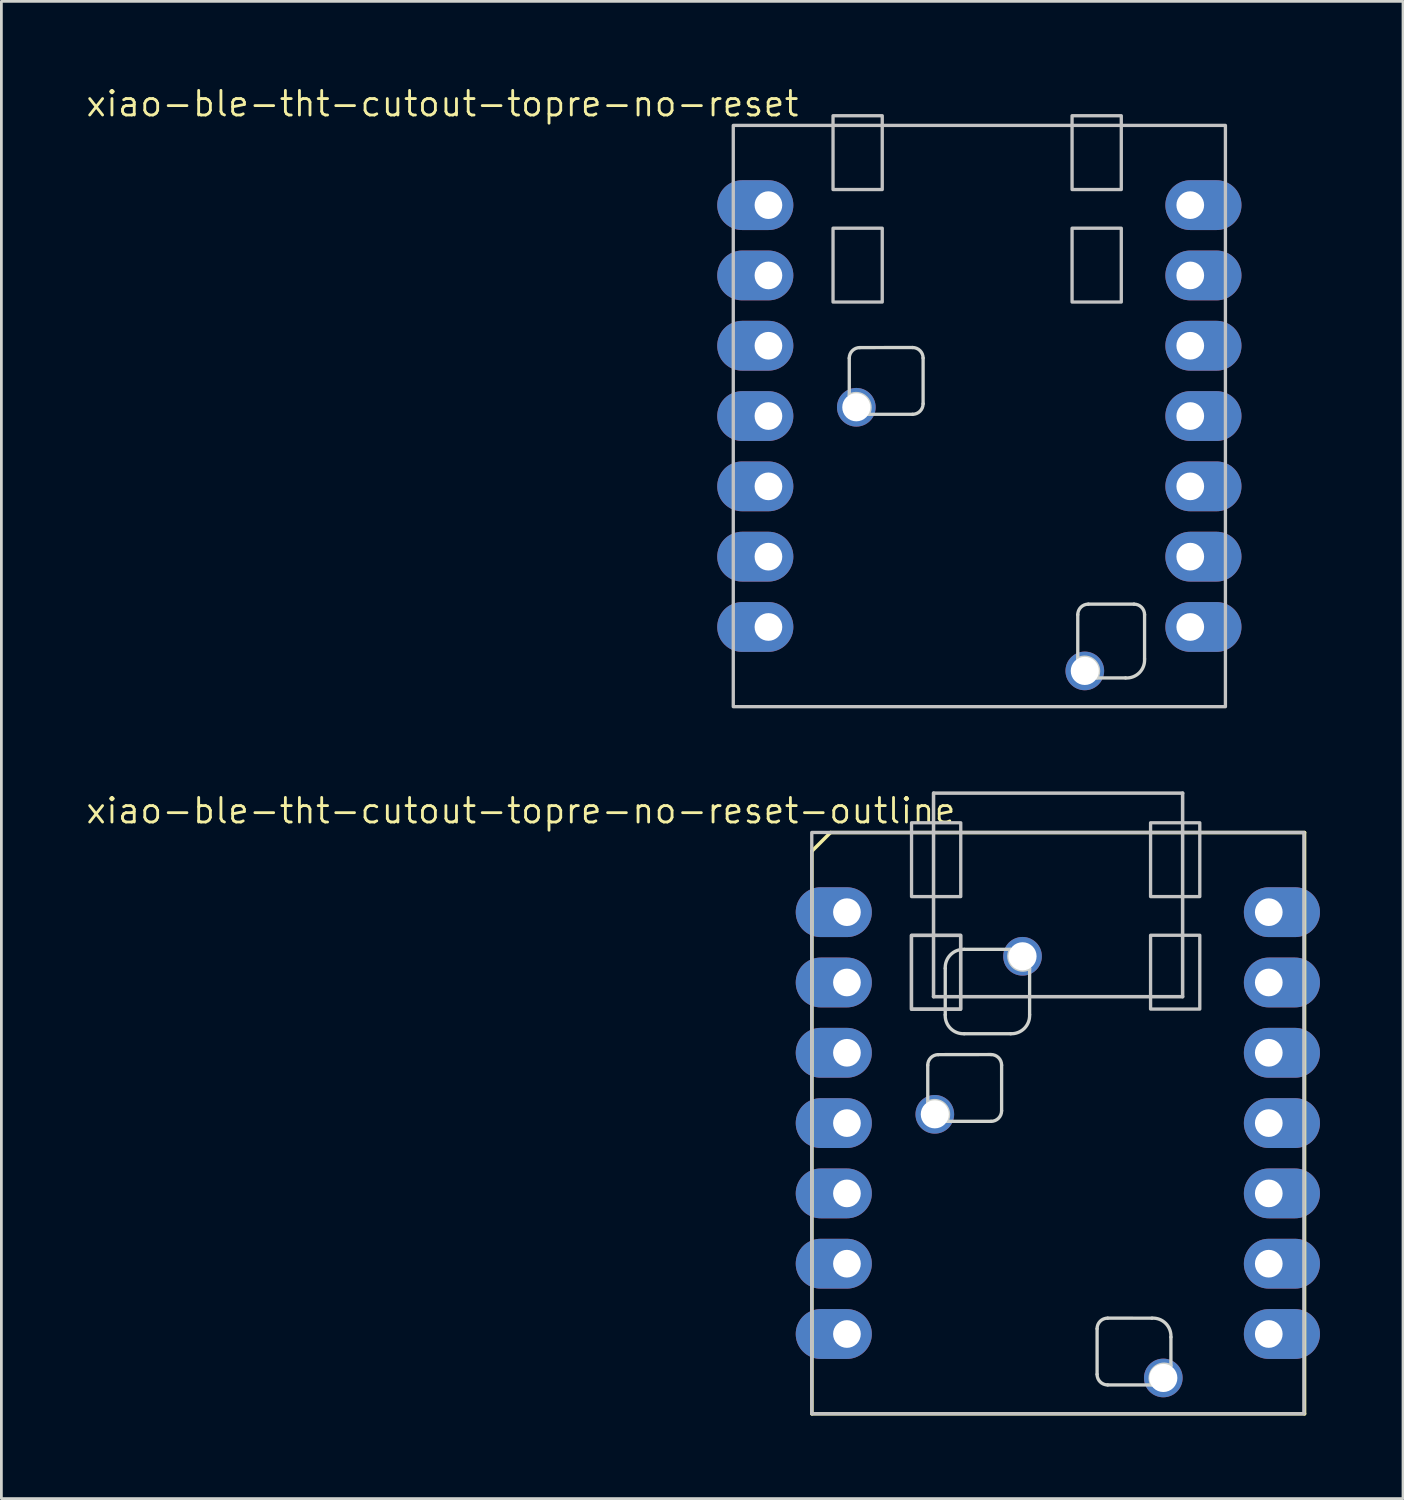
<source format=kicad_pcb>
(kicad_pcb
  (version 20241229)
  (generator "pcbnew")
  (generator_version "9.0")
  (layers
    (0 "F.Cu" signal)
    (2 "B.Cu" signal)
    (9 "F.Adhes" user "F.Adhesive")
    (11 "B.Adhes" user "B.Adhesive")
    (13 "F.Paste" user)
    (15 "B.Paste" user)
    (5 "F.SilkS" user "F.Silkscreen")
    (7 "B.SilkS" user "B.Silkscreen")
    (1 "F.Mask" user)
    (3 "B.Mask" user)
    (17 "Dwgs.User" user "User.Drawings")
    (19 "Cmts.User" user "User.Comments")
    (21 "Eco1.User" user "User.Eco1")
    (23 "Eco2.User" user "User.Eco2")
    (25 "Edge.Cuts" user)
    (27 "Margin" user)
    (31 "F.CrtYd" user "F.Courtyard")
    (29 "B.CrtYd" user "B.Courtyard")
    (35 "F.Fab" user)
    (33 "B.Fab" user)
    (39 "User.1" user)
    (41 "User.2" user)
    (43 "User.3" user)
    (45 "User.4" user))
  (footprint "xiao-ble-tht-cutout-topre-no-reset"
    (layer "F.Cu")
    (at 32.332 11.981)
    (property "Reference" "xiao-ble-tht-cutout-topre-no-reset" (at -19.399 -11.283 0) (layer "F.SilkS") (effects (font (size 0.889 0.889) (thickness 0.102))))
    (attr smd exclude_from_pos_files)
    (fp_poly (pts (xy -8.89 10.5) (xy 8.89 10.5) (xy 8.89 -10.5) (xy -8.89 -10.5)) (stroke (width 0.12) (type solid)) (fill no) (layer "Dwgs.User"))
    (fp_poly (pts (xy -5.286 -6.786) (xy -3.508 -6.786) (xy -3.508 -4.119) (xy -5.286 -4.119)) (stroke (width 0.12) (type solid)) (fill no) (layer "Dwgs.User"))
    (fp_poly (pts (xy -3.508 -8.183) (xy -5.286 -8.183) (xy -5.286 -10.85) (xy -3.508 -10.85)) (stroke (width 0.12) (type solid)) (fill no) (layer "Dwgs.User"))
    (fp_poly (pts (xy 3.35 -10.85) (xy 5.128 -10.85) (xy 5.128 -8.183) (xy 3.35 -8.183)) (stroke (width 0.12) (type solid)) (fill no) (layer "Dwgs.User"))
    (fp_poly (pts (xy 3.35 -6.786) (xy 5.128 -6.786) (xy 5.128 -4.119) (xy 3.35 -4.119)) (stroke (width 0.12) (type solid)) (fill no) (layer "Dwgs.User"))
    (fp_line (start -4.699 -0.749) (end -4.7 -2.092) (stroke (width 0.12) (type solid)) (layer "Edge.Cuts"))
    (fp_line (start -4.319 -2.473) (end -2.413 -2.476) (stroke (width 0.12) (type solid)) (layer "Edge.Cuts"))
    (fp_line (start -2.413 -0.063) (end -4.013 -0.063) (stroke (width 0.12) (type solid)) (layer "Edge.Cuts"))
    (fp_line (start -2.032 -2.095) (end -2.032 -0.444) (stroke (width 0.12) (type solid)) (layer "Edge.Cuts"))
    (fp_line (start 3.556 8.776) (end 3.556 7.176) (stroke (width 0.12) (type solid)) (layer "Edge.Cuts"))
    (fp_line (start 3.937 6.795) (end 5.588 6.795) (stroke (width 0.12) (type solid)) (layer "Edge.Cuts"))
    (fp_line (start 5.283 9.462) (end 4.242 9.462) (stroke (width 0.12) (type solid)) (layer "Edge.Cuts"))
    (fp_line (start 5.969 7.176) (end 5.969 8.776) (stroke (width 0.12) (type solid)) (layer "Edge.Cuts"))
    (fp_arc (start -4.700007 -2.091991) (mid -4.58842 -2.361413) (end -4.319003 -2.473005) (stroke (width 0.12) (type solid)) (layer "Edge.Cuts"))
    (fp_arc (start -4.699256 -0.748549) (mid -4.095637 -0.666361) (end -4.013444 -0.062743) (stroke (width 0.12) (type solid)) (layer "Edge.Cuts"))
    (fp_arc (start -2.413247 -2.475749) (mid -2.143838 -2.364156) (end -2.032255 -2.094744) (stroke (width 0.12) (type solid)) (layer "Edge.Cuts"))
    (fp_arc (start -2.032252 -0.443754) (mid -2.143842 -0.174344) (end -2.413249 -0.062748) (stroke (width 0.12) (type solid)) (layer "Edge.Cuts"))
    (fp_arc (start 3.55575 8.776448) (mid 4.159359 8.858643) (end 4.241546 9.46225) (stroke (width 0.12) (type solid)) (layer "Edge.Cuts"))
    (fp_arc (start 3.556242 7.176248) (mid 3.667834 6.906839) (end 3.93724 6.79525) (stroke (width 0.12) (type solid)) (layer "Edge.Cuts"))
    (fp_arc (start 5.588252 6.79525) (mid 5.857649 6.906863) (end 5.969245 7.176266) (stroke (width 0.12) (type solid)) (layer "Edge.Cuts"))
    (fp_arc (start 5.968749 8.776452) (mid 5.78032 9.273823) (end 5.282946 9.462247) (stroke (width 0.12) (type solid)) (layer "Edge.Cuts"))
    (pad "1" thru_hole oval (at -7.62 -7.62) (size 2.75 1.8) (drill 1 (offset -0.475 0)) (layers "*.Cu" "*.Mask"))
    (pad "2" thru_hole oval (at -7.62 -5.08) (size 2.75 1.8) (drill 1 (offset -0.475 0)) (layers "*.Cu" "*.Mask"))
    (pad "3" thru_hole oval (at -7.62 -2.54) (size 2.75 1.8) (drill 1 (offset -0.475 0)) (layers "*.Cu" "*.Mask"))
    (pad "4" thru_hole oval (at -7.62 -0.000001) (size 2.75 1.8) (drill 1 (offset -0.475 0)) (layers "*.Cu" "*.Mask"))
    (pad "5" thru_hole oval (at -7.62 2.54) (size 2.75 1.8) (drill 1 (offset -0.475 0)) (layers "*.Cu" "*.Mask"))
    (pad "6" thru_hole oval (at -7.62 5.08) (size 2.75 1.8) (drill 1 (offset -0.475 0)) (layers "*.Cu" "*.Mask"))
    (pad "7" thru_hole oval (at -7.62 7.62) (size 2.75 1.8) (drill 1 (offset -0.475 0)) (layers "*.Cu" "*.Mask"))
    (pad "8" thru_hole oval (at 7.62 7.62 180) (size 2.75 1.8) (drill 1 (offset -0.475 0)) (layers "*.Cu" "*.Mask"))
    (pad "9" thru_hole oval (at 7.62 5.08 180) (size 2.75 1.8) (drill 1 (offset -0.475 0)) (layers "*.Cu" "*.Mask"))
    (pad "10" thru_hole oval (at 7.62 2.54 180) (size 2.75 1.8) (drill 1 (offset -0.475 0)) (layers "*.Cu" "*.Mask"))
    (pad "11" thru_hole oval (at 7.62 0.000001 180) (size 2.75 1.8) (drill 1 (offset -0.475 0)) (layers "*.Cu" "*.Mask"))
    (pad "12" thru_hole oval (at 7.62 -2.54 180) (size 2.75 1.8) (drill 1 (offset -0.475 0)) (layers "*.Cu" "*.Mask"))
    (pad "13" thru_hole oval (at 7.62 -5.08 180) (size 2.75 1.8) (drill 1 (offset -0.475 0)) (layers "*.Cu" "*.Mask"))
    (pad "14" thru_hole oval (at 7.62 -7.62 180) (size 2.75 1.8) (drill 1 (offset -0.475 0)) (layers "*.Cu" "*.Mask"))
    (pad "16" thru_hole circle (at -4.445 -0.317 180) (size 1.397 1.397) (drill 1.016) (layers "*.Cu" "*.Mask"))
    (pad "17" thru_hole circle (at 3.81 9.208 180) (size 1.397 1.397) (drill 1.016) (layers "*.Cu" "*.Mask")))
  (footprint "xiao-ble-tht-cutout-topre-no-reset-outline"
    (layer "F.Cu")
    (at 35.168 37.525)
    (property "Reference" "xiao-ble-tht-cutout-topre-no-reset-outline" (at -19.399 -11.283 0) (layer "F.SilkS") (effects (font (size 0.889 0.889) (thickness 0.102))))
    (attr smd exclude_from_pos_files)
    (fp_line (start -8.885 -9.825) (end -8.885 10.503) (stroke (width 0.127) (type solid)) (layer "F.SilkS"))
    (fp_line (start -8.885 10.503) (end 8.913 10.503) (stroke (width 0.127) (type solid)) (layer "F.SilkS"))
    (fp_line (start -8.214 -10.496) (end -8.885 -9.825) (stroke (width 0.127) (type solid)) (layer "F.SilkS"))
    (fp_line (start 8.913 -10.496) (end -8.214 -10.496) (stroke (width 0.127) (type solid)) (layer "F.SilkS"))
    (fp_line (start 8.913 10.503) (end 8.913 -10.496) (stroke (width 0.127) (type solid)) (layer "F.SilkS"))
    (fp_line (start -4.491 -4.567) (end -4.491 -11.92) (stroke (width 0.127) (type solid)) (layer "Dwgs.User"))
    (fp_line (start -4.486 -11.921) (end 4.508 -11.921) (stroke (width 0.127) (type solid)) (layer "Dwgs.User"))
    (fp_line (start 4.508 -11.921) (end 4.508 -4.567) (stroke (width 0.127) (type solid)) (layer "Dwgs.User"))
    (fp_line (start 4.508 -4.567) (end -4.491 -4.567) (stroke (width 0.127) (type solid)) (layer "Dwgs.User"))
    (fp_rect (start -5.292 -6.779) (end -3.514 -4.112) (stroke (width 0.12) (type solid)) (fill no) (layer "Dwgs.User"))
    (fp_poly (pts (xy -8.89 10.5) (xy 8.89 10.5) (xy 8.89 -10.5) (xy -8.89 -10.5)) (stroke (width 0.12) (type solid)) (fill no) (layer "Dwgs.User"))
    (fp_poly (pts (xy -5.286 -6.786) (xy -3.508 -6.786) (xy -3.508 -4.119) (xy -5.286 -4.119)) (stroke (width 0.12) (type solid)) (fill no) (layer "Dwgs.User"))
    (fp_poly (pts (xy -3.508 -8.183) (xy -5.286 -8.183) (xy -5.286 -10.85) (xy -3.508 -10.85)) (stroke (width 0.12) (type solid)) (fill no) (layer "Dwgs.User"))
    (fp_poly (pts (xy 3.35 -6.786) (xy 5.128 -6.786) (xy 5.128 -4.119) (xy 3.35 -4.119)) (stroke (width 0.12) (type solid)) (fill no) (layer "Dwgs.User"))
    (fp_poly (pts (xy 3.35 -10.85) (xy 5.128 -10.85) (xy 5.128 -8.183) (xy 3.35 -8.183)) (stroke (width 0.12) (type solid)) (fill no) (layer "Dwgs.User"))
    (fp_line (start -4.699 -0.749) (end -4.7 -2.092) (stroke (width 0.12) (type solid)) (layer "Edge.Cuts"))
    (fp_line (start -4.319 -2.473) (end -2.413 -2.476) (stroke (width 0.12) (type solid)) (layer "Edge.Cuts"))
    (fp_line (start -4.068 -5.591) (end -4.068 -3.914) (stroke (width 0.12) (type solid)) (layer "Edge.Cuts"))
    (fp_line (start -2.413 -0.063) (end -4.013 -0.063) (stroke (width 0.12) (type solid)) (layer "Edge.Cuts"))
    (fp_line (start -2.032 -2.095) (end -2.032 -0.444) (stroke (width 0.12) (type solid)) (layer "Edge.Cuts"))
    (fp_line (start -1.706 -6.277) (end -3.383 -6.277) (stroke (width 0.12) (type solid)) (layer "Edge.Cuts"))
    (fp_line (start -1.706 -3.229) (end -3.383 -3.229) (stroke (width 0.12) (type solid)) (layer "Edge.Cuts"))
    (fp_line (start -1.02 -5.591) (end -1.02 -3.914) (stroke (width 0.12) (type solid)) (layer "Edge.Cuts"))
    (fp_line (start 1.418 9.079) (end 1.418 7.428) (stroke (width 0.12) (type solid)) (layer "Edge.Cuts"))
    (fp_line (start 1.799 7.047) (end 3.399 7.048) (stroke (width 0.12) (type solid)) (layer "Edge.Cuts"))
    (fp_line (start 3.399 9.461) (end 1.799 9.46) (stroke (width 0.12) (type solid)) (layer "Edge.Cuts"))
    (fp_line (start 4.085 7.733) (end 4.085 8.775) (stroke (width 0.12) (type solid)) (layer "Edge.Cuts"))
    (fp_arc (start -4.700011 -2.091984) (mid -4.588425 -2.361412) (end -4.318999 -2.473004) (stroke (width 0.12) (type solid)) (layer "Edge.Cuts"))
    (fp_arc (start -4.69926 -0.748552) (mid -4.095633 -0.666368) (end -4.013439 -0.062742) (stroke (width 0.12) (type solid)) (layer "Edge.Cuts"))
    (fp_arc (start -4.068391 -5.590809) (mid -3.87561 -6.083828) (end -3.382591 -6.276609) (stroke (width 0.12) (type default)) (layer "Edge.Cuts"))
    (fp_arc (start -3.382591 -3.228609) (mid -3.877142 -3.419858) (end -4.068391 -3.914409) (stroke (width 0.12) (type default)) (layer "Edge.Cuts"))
    (fp_arc (start -2.413243 -2.475751) (mid -2.143835 -2.364158) (end -2.032258 -2.094744) (stroke (width 0.12) (type solid)) (layer "Edge.Cuts"))
    (fp_arc (start -2.03225 -0.443753) (mid -2.143839 -0.174341) (end -2.413248 -0.062745) (stroke (width 0.12) (type solid)) (layer "Edge.Cuts"))
    (fp_arc (start -1.020391 -5.590809) (mid -1.624 -5.673) (end -1.706191 -6.276609) (stroke (width 0.12) (type solid)) (layer "Edge.Cuts"))
    (fp_arc (start -1.020391 -3.914409) (mid -1.212086 -3.420303) (end -1.706191 -3.228609) (stroke (width 0.12) (type default)) (layer "Edge.Cuts"))
    (fp_arc (start 1.417609 7.42811) (mid 1.529226 7.158709) (end 1.798634 7.047114) (stroke (width 0.12) (type solid)) (layer "Edge.Cuts"))
    (fp_arc (start 1.798609 9.460122) (mid 1.529197 9.348537) (end 1.417609 9.079126) (stroke (width 0.12) (type solid)) (layer "Edge.Cuts"))
    (fp_arc (start 3.398802 9.460611) (mid 3.481 8.857) (end 4.084605 8.774819) (stroke (width 0.12) (type solid)) (layer "Edge.Cuts"))
    (fp_arc (start 3.398811 7.047613) (mid 3.896184 7.236043) (end 4.084612 7.733418) (stroke (width 0.12) (type solid)) (layer "Edge.Cuts"))
    (pad "1" thru_hole oval (at -7.62 -7.62) (size 2.75 1.8) (drill 1 (offset -0.475 0)) (layers "*.Cu" "*.Mask"))
    (pad "2" thru_hole oval (at -7.62 -5.08) (size 2.75 1.8) (drill 1 (offset -0.475 0)) (layers "*.Cu" "*.Mask"))
    (pad "3" thru_hole oval (at -7.62 -2.54) (size 2.75 1.8) (drill 1 (offset -0.475 0)) (layers "*.Cu" "*.Mask"))
    (pad "4" thru_hole oval (at -7.62 -0.000002) (size 2.75 1.8) (drill 1 (offset -0.475 0)) (layers "*.Cu" "*.Mask"))
    (pad "5" thru_hole oval (at -7.62 2.54) (size 2.75 1.8) (drill 1 (offset -0.475 0)) (layers "*.Cu" "*.Mask"))
    (pad "6" thru_hole oval (at -7.62 5.08) (size 2.75 1.8) (drill 1 (offset -0.475 0)) (layers "*.Cu" "*.Mask"))
    (pad "7" thru_hole oval (at -7.62 7.62) (size 2.75 1.8) (drill 1 (offset -0.475 0)) (layers "*.Cu" "*.Mask"))
    (pad "8" thru_hole oval (at 7.62 7.62 180) (size 2.75 1.8) (drill 1 (offset -0.475 0)) (layers "*.Cu" "*.Mask"))
    (pad "9" thru_hole oval (at 7.62 5.08 180) (size 2.75 1.8) (drill 1 (offset -0.475 0)) (layers "*.Cu" "*.Mask"))
    (pad "10" thru_hole oval (at 7.62 2.54 180) (size 2.75 1.8) (drill 1 (offset -0.475 0)) (layers "*.Cu" "*.Mask"))
    (pad "11" thru_hole oval (at 7.62 0.000002 180) (size 2.75 1.8) (drill 1 (offset -0.475 0)) (layers "*.Cu" "*.Mask"))
    (pad "12" thru_hole oval (at 7.62 -2.54 180) (size 2.75 1.8) (drill 1 (offset -0.475 0)) (layers "*.Cu" "*.Mask"))
    (pad "13" thru_hole oval (at 7.62 -5.08 180) (size 2.75 1.8) (drill 1 (offset -0.475 0)) (layers "*.Cu" "*.Mask"))
    (pad "14" thru_hole oval (at 7.62 -7.62 180) (size 2.75 1.8) (drill 1 (offset -0.475 0)) (layers "*.Cu" "*.Mask"))
    (pad "15" thru_hole circle (at -1.276 -6.026 90) (size 1.397 1.397) (drill 1.016) (layers "*.Cu" "*.Mask"))
    (pad "16" thru_hole circle (at -4.445 -0.317 180) (size 1.397 1.397) (drill 1.016) (layers "*.Cu" "*.Mask"))
    (pad "17" thru_hole circle (at 3.81 9.208 180) (size 1.397 1.397) (drill 1.016) (layers "*.Cu" "*.Mask")))
  (gr_rect
    (start -3 -3)
    (end 47.638 51.091)
    (stroke (width 0.1) (type default))
    (fill no)
    (layer "Edge.Cuts")))
</source>
